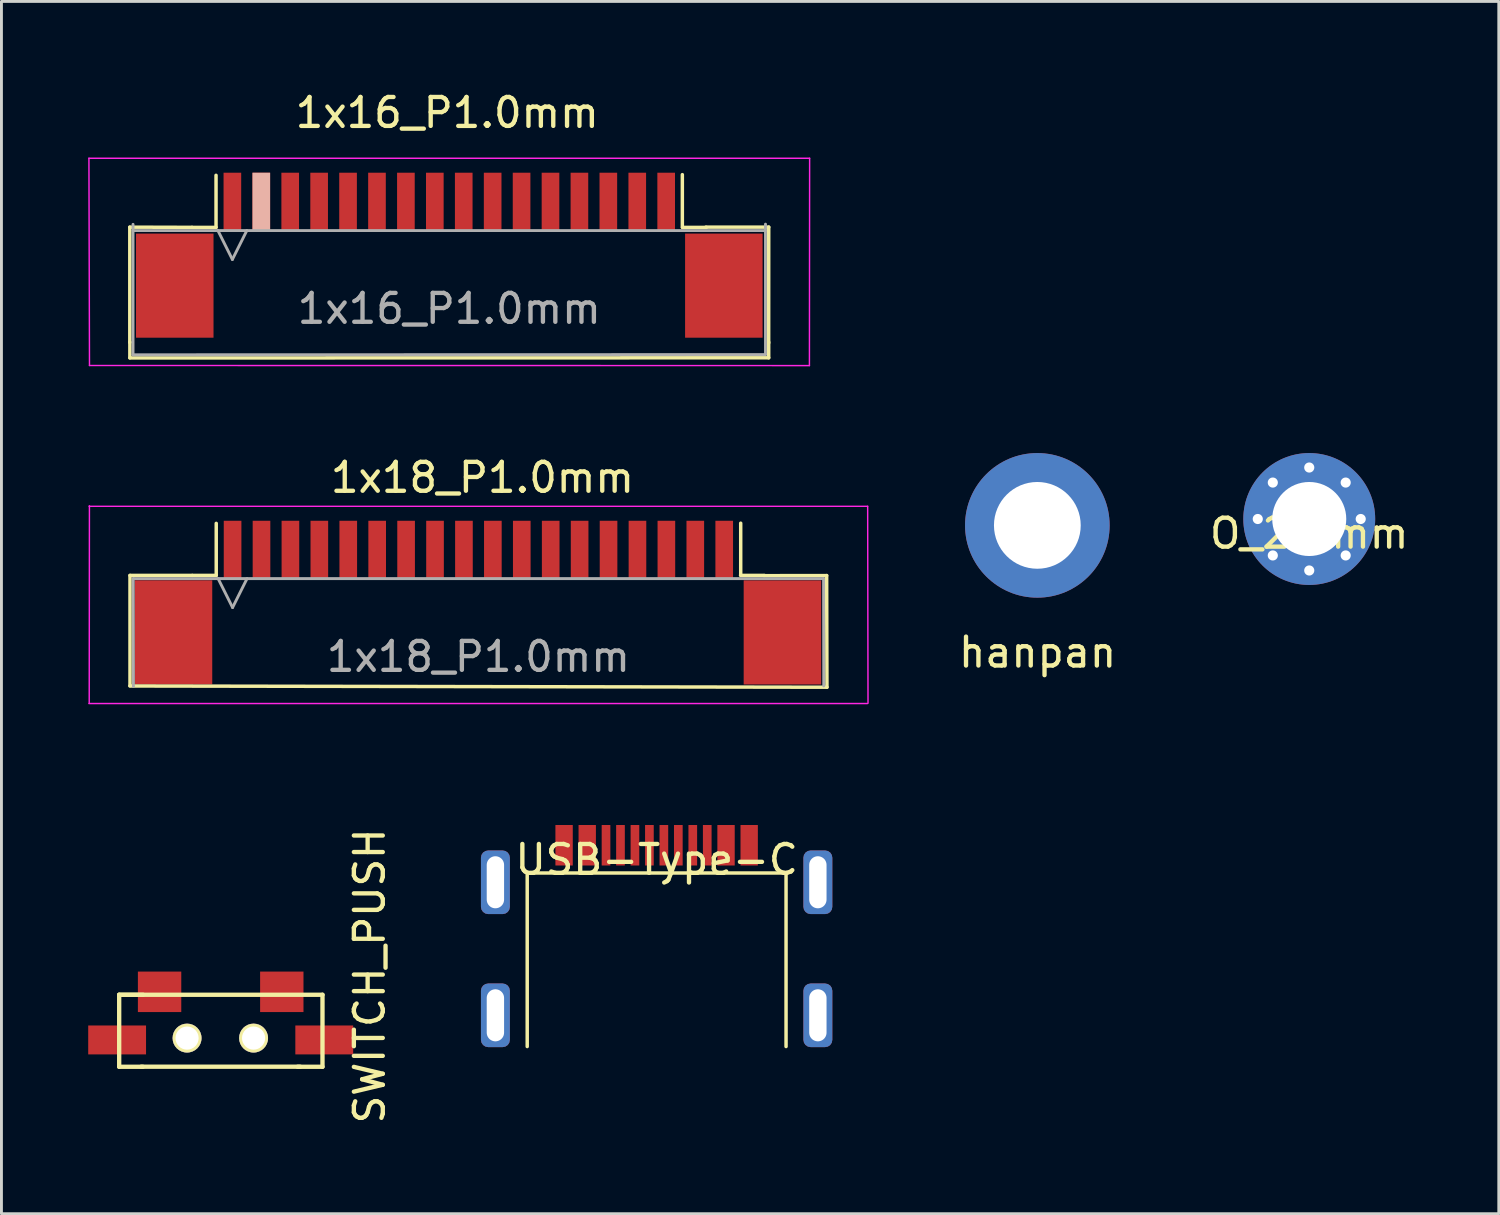
<source format=kicad_pcb>
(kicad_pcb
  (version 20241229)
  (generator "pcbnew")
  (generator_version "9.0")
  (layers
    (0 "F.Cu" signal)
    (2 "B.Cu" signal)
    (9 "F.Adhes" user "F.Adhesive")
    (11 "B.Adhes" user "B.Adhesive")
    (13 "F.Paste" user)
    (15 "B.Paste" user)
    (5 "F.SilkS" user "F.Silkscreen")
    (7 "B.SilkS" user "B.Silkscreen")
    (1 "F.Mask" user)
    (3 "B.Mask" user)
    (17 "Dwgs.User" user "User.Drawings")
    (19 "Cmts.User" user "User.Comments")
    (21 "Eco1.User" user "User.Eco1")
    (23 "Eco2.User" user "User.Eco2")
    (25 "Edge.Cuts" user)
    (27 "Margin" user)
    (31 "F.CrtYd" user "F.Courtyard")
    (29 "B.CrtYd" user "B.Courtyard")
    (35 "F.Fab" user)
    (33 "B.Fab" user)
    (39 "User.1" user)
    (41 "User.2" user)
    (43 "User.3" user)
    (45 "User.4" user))
  (footprint "1x18_P1.0mm"
    (layer "F.Cu")
    (at 13.614 22.227)
    (property "Reference" "1x18_P1.0mm" (at 0.018 -8.763 0) (layer "F.SilkS") (effects (font (size 1 1) (thickness 0.15))))
    (attr through_hole)
    (fp_line (start -12.169 -5.38) (end -12.169 -1.57) (stroke (width 0.12) (type solid)) (layer "F.SilkS"))
    (fp_line (start -10.018 -5.38) (end -12.169 -5.38) (stroke (width 0.12) (type solid)) (layer "F.SilkS"))
    (fp_line (start -10.012 -5.38) (end -9.187 -5.38) (stroke (width 0.12) (type solid)) (layer "F.SilkS"))
    (fp_line (start -9.187 -5.38) (end -9.187 -7.18) (stroke (width 0.12) (type solid)) (layer "F.SilkS"))
    (fp_line (start 8.943 -5.38) (end 9.768 -5.38) (stroke (width 0.12) (type solid)) (layer "F.SilkS"))
    (fp_line (start 8.948 -5.395) (end 8.948 -7.186) (stroke (width 0.12) (type solid)) (layer "F.SilkS"))
    (fp_line (start 9.751 -5.372) (end 11.92 -5.375) (stroke (width 0.12) (type solid)) (layer "F.SilkS"))
    (fp_line (start 11.92 -5.375) (end 11.93 -1.514) (stroke (width 0.12) (type solid)) (layer "F.SilkS"))
    (fp_line (start 11.93 -1.514) (end -12.174 -1.557) (stroke (width 0.12) (type solid)) (layer "F.SilkS"))
    (fp_line (start -13.589 -0.95) (end 13.331 -0.95) (stroke (width 0.05) (type solid)) (layer "F.CrtYd"))
    (fp_line (start -13.572 -7.788) (end -13.579 -0.968) (stroke (width 0.05) (type solid)) (layer "F.CrtYd"))
    (fp_line (start 13.338 -7.77) (end -13.582 -7.77) (stroke (width 0.05) (type solid)) (layer "F.CrtYd"))
    (fp_line (start 13.35 -0.963) (end 13.338 -7.77) (stroke (width 0.05) (type solid)) (layer "F.CrtYd"))
    (fp_line (start -12.057 -5.27) (end 11.813 -5.27) (stroke (width 0.1) (type solid)) (layer "F.Fab"))
    (fp_line (start -12.05 -1.539) (end -12.057 -5.27) (stroke (width 0.1) (type solid)) (layer "F.Fab"))
    (fp_line (start -9.122 -5.27) (end -8.622 -4.27) (stroke (width 0.1) (type solid)) (layer "F.Fab"))
    (fp_line (start -8.622 -4.27) (end -8.122 -5.27) (stroke (width 0.1) (type solid)) (layer "F.Fab"))
    (fp_line (start 11.813 -5.27) (end 11.819 -1.56) (stroke (width 0.1) (type solid)) (layer "F.Fab"))
    (fp_text user "${REFERENCE}" (at -0.122 -2.57 0) (layer "F.Fab") (effects (font (size 1 1) (thickness 0.15))))
    (pad "1" smd rect (at -8.622 -6.27) (size 0.61 2) (layers "F.Cu" "F.Mask" "F.Paste"))
    (pad "2" smd rect (at -7.622 -6.27) (size 0.61 2) (layers "F.Cu" "F.Mask" "F.Paste"))
    (pad "3" smd rect (at -6.622 -6.27) (size 0.61 2) (layers "F.Cu" "F.Mask" "F.Paste"))
    (pad "4" smd rect (at -5.622 -6.27) (size 0.61 2) (layers "F.Cu" "F.Mask" "F.Paste"))
    (pad "5" smd rect (at -4.622 -6.27) (size 0.61 2) (layers "F.Cu" "F.Mask" "F.Paste"))
    (pad "6" smd rect (at -3.622 -6.27) (size 0.61 2) (layers "F.Cu" "F.Mask" "F.Paste"))
    (pad "7" smd rect (at -2.622 -6.27) (size 0.61 2) (layers "F.Cu" "F.Mask" "F.Paste"))
    (pad "8" smd rect (at -1.622 -6.27) (size 0.61 2) (layers "F.Cu" "F.Mask" "F.Paste"))
    (pad "9" smd rect (at -0.622 -6.27) (size 0.61 2) (layers "F.Cu" "F.Mask" "F.Paste"))
    (pad "10" smd rect (at 0.378 -6.27) (size 0.61 2) (layers "F.Cu" "F.Mask" "F.Paste"))
    (pad "11" smd rect (at 1.378 -6.27) (size 0.61 2) (layers "F.Cu" "F.Mask" "F.Paste"))
    (pad "12" smd rect (at 2.378 -6.27) (size 0.61 2) (layers "F.Cu" "F.Mask" "F.Paste"))
    (pad "13" smd rect (at 3.378 -6.27) (size 0.61 2) (layers "F.Cu" "F.Mask" "F.Paste"))
    (pad "14" smd rect (at 4.378 -6.27) (size 0.61 2) (layers "F.Cu" "F.Mask" "F.Paste"))
    (pad "15" smd rect (at 5.378 -6.27) (size 0.61 2) (layers "F.Cu" "F.Mask" "F.Paste"))
    (pad "16" smd rect (at 6.378 -6.27) (size 0.61 2) (layers "F.Cu" "F.Mask" "F.Paste"))
    (pad "17" smd rect (at 7.378 -6.27) (size 0.61 2) (layers "F.Cu" "F.Mask" "F.Paste"))
    (pad "18" smd rect (at 8.378 -6.27) (size 0.61 2) (layers "F.Cu" "F.Mask" "F.Paste"))
    (pad "19" smd rect (at -10.665 -3.411) (size 2.68 3.6) (layers "F.Cu" "F.Mask" "F.Paste"))
    (pad "20" smd rect (at 10.391 -3.409) (size 2.68 3.6) (layers "F.Cu" "F.Mask" "F.Paste")))
  (footprint "USB-Type-C"
    (layer "F.Cu")
    (at 19.655 31.257)
    (property "Reference" "USB-Type-C" (at 0 -4.58 0) (layer "F.SilkS") (effects (font (size 1 1) (thickness 0.15))))
    (attr through_hole)
    (fp_line (start -4.475 -4.12) (end -4.475 1.88) (stroke (width 0.12) (type solid)) (layer "F.SilkS"))
    (fp_line (start -4.475 -4.12) (end 4.475 -4.12) (stroke (width 0.12) (type solid)) (layer "F.SilkS"))
    (fp_line (start 4.475 -4.12) (end 4.475 1.88) (stroke (width 0.12) (type solid)) (layer "F.SilkS"))
    (pad "A1" smd rect (at -3.2 -5.08) (size 0.6 1.4) (layers "F.Cu" "F.Mask" "F.Paste"))
    (pad "A4" smd rect (at -2.4 -5.08) (size 0.6 1.4) (layers "F.Cu" "F.Mask" "F.Paste"))
    (pad "A4" smd rect (at 2.4 -5.08) (size 0.6 1.4) (layers "F.Cu" "F.Mask" "F.Paste"))
    (pad "A5" smd rect (at -1.75 -5.08) (size 0.3 1.4) (layers "F.Cu" "F.Mask" "F.Paste"))
    (pad "A5" smd rect (at -1.25 -5.08) (size 0.3 1.4) (layers "F.Cu" "F.Mask" "F.Paste"))
    (pad "A6" smd rect (at -0.25 -5.08) (size 0.3 1.4) (layers "F.Cu" "F.Mask" "F.Paste"))
    (pad "A6" smd rect (at 0.75 -5.08) (size 0.3 1.4) (layers "F.Cu" "F.Mask" "F.Paste"))
    (pad "A7" smd rect (at -0.75 -5.08) (size 0.3 1.4) (layers "F.Cu" "F.Mask" "F.Paste"))
    (pad "A7" smd rect (at 0.25 -5.08) (size 0.3 1.4) (layers "F.Cu" "F.Mask" "F.Paste"))
    (pad "B5" smd rect (at 1.25 -5.08) (size 0.3 1.4) (layers "F.Cu" "F.Mask" "F.Paste"))
    (pad "B5" smd rect (at 1.75 -5.08) (size 0.3 1.4) (layers "F.Cu" "F.Mask" "F.Paste"))
    (pad "S1" thru_hole roundrect (at -5.575 -3.8) (size 1 2.2) (drill oval 0.6 1.8) (layers "*.Cu" "*.Mask") (roundrect_rratio 0.25))
    (pad "S1" thru_hole roundrect (at -5.575 0.8) (size 1 2.2) (drill oval 0.6 1.8) (layers "*.Cu" "*.Mask") (roundrect_rratio 0.25))
    (pad "S1" smd rect (at 3.2 -5.08) (size 0.6 1.4) (layers "F.Cu" "F.Mask" "F.Paste"))
    (pad "S1" thru_hole roundrect (at 5.575 -3.8) (size 1 2.2) (drill oval 0.6 1.8) (layers "*.Cu" "*.Mask") (roundrect_rratio 0.25))
    (pad "S1" thru_hole roundrect (at 5.575 0.8) (size 1 2.2) (drill oval 0.6 1.8) (layers "*.Cu" "*.Mask") (roundrect_rratio 0.25)))
  (footprint "1x16_P1.0mm"
    (layer "F.Cu")
    (at 12.505 6.586)
    (property "Reference" "1x16_P1.0mm" (at -0.091 -5.738 0) (layer "F.SilkS") (effects (font (size 1 1) (thickness 0.15))))
    (attr through_hole)
    (fp_line (start -11.067 -1.781) (end -11.067 2.205) (stroke (width 0.12) (type solid)) (layer "F.SilkS"))
    (fp_line (start -11.065 2.736) (end -11.065 2.196) (stroke (width 0.12) (type solid)) (layer "F.SilkS"))
    (fp_line (start -8.918 -1.775) (end -11.067 -1.781) (stroke (width 0.12) (type solid)) (layer "F.SilkS"))
    (fp_line (start -8.91 -1.774) (end -8.085 -1.774) (stroke (width 0.12) (type solid)) (layer "F.SilkS"))
    (fp_line (start -8.085 -1.774) (end -8.085 -3.574) (stroke (width 0.12) (type solid)) (layer "F.SilkS"))
    (fp_line (start 8.039 -1.775) (end 8.039 -3.597) (stroke (width 0.12) (type solid)) (layer "F.SilkS"))
    (fp_line (start 8.045 -1.774) (end 8.87 -1.774) (stroke (width 0.12) (type solid)) (layer "F.SilkS"))
    (fp_line (start 8.854 -1.783) (end 11.026 -1.783) (stroke (width 0.12) (type solid)) (layer "F.SilkS"))
    (fp_line (start 11.025 2.196) (end 11.025 2.736) (stroke (width 0.12) (type solid)) (layer "F.SilkS"))
    (fp_line (start 11.025 2.736) (end -11.064 2.741) (stroke (width 0.12) (type solid)) (layer "F.SilkS"))
    (fp_line (start 11.026 -1.783) (end 11.024 2.22) (stroke (width 0.12) (type solid)) (layer "F.SilkS"))
    (fp_line (start -12.48 -4.164) (end -12.461 3.002) (stroke (width 0.05) (type solid)) (layer "F.CrtYd"))
    (fp_line (start -12.461 3.002) (end 12.433 3.005) (stroke (width 0.05) (type solid)) (layer "F.CrtYd"))
    (fp_line (start 12.433 3.005) (end 12.44 -4.164) (stroke (width 0.05) (type solid)) (layer "F.CrtYd"))
    (fp_line (start 12.44 -4.164) (end -12.48 -4.164) (stroke (width 0.05) (type solid)) (layer "F.CrtYd"))
    (fp_line (start -10.955 -1.664) (end 10.915 -1.664) (stroke (width 0.1) (type solid)) (layer "F.Fab"))
    (fp_line (start -10.955 2.631) (end -10.955 -1.879) (stroke (width 0.1) (type solid)) (layer "F.Fab"))
    (fp_line (start -8.02 -1.664) (end -7.52 -0.664) (stroke (width 0.1) (type solid)) (layer "F.Fab"))
    (fp_line (start -7.52 -0.664) (end -7.02 -1.664) (stroke (width 0.1) (type solid)) (layer "F.Fab"))
    (fp_line (start 10.914 -1.886) (end 10.914 2.624) (stroke (width 0.1) (type solid)) (layer "F.Fab"))
    (fp_line (start 10.914 2.624) (end -10.955 2.631) (stroke (width 0.1) (type solid)) (layer "F.Fab"))
    (fp_text user "${REFERENCE}" (at -0.02 1.036 0) (layer "F.Fab") (effects (font (size 1 1) (thickness 0.15))))
    (pad "1" smd rect (at 7.48 -2.664) (size 0.61 2) (layers "F.Cu" "F.Mask" "F.Paste"))
    (pad "2" smd rect (at 6.48 -2.664) (size 0.61 2) (layers "F.Cu" "F.Mask" "F.Paste"))
    (pad "3" smd rect (at 5.48 -2.664) (size 0.61 2) (layers "F.Cu" "F.Mask" "F.Paste"))
    (pad "4" smd rect (at 4.48 -2.664) (size 0.61 2) (layers "F.Cu" "F.Mask" "F.Paste"))
    (pad "5" smd rect (at 3.48 -2.664) (size 0.61 2) (layers "F.Cu" "F.Mask" "F.Paste"))
    (pad "6" smd rect (at 2.48 -2.664) (size 0.61 2) (layers "F.Cu" "F.Mask" "F.Paste"))
    (pad "7" smd rect (at 1.48 -2.664) (size 0.61 2) (layers "F.Cu" "F.Mask" "F.Paste"))
    (pad "8" smd rect (at 0.48 -2.664) (size 0.61 2) (layers "F.Cu" "F.Mask" "F.Paste"))
    (pad "9" smd rect (at -0.52 -2.664) (size 0.61 2) (layers "F.Cu" "F.Mask" "F.Paste"))
    (pad "10" smd rect (at -1.52 -2.664) (size 0.61 2) (layers "F.Cu" "F.Mask" "F.Paste"))
    (pad "11" smd rect (at -2.52 -2.664) (size 0.61 2) (layers "F.Cu" "F.Mask" "F.Paste"))
    (pad "12" smd rect (at -3.52 -2.664) (size 0.61 2) (layers "F.Cu" "F.Mask" "F.Paste"))
    (pad "13" smd rect (at -4.52 -2.664) (size 0.61 2) (layers "F.Cu" "F.Mask" "F.Paste"))
    (pad "14" smd rect (at -5.52 -2.664) (size 0.61 2) (layers "F.Cu" "F.Mask" "F.Paste"))
    (pad "15" smd rect (at -6.52 -2.664) (size 0.61 2) (layers "F.Cu" "F.Mask" "B.SilkS" "F.Paste"))
    (pad "16" smd rect (at -7.52 -2.664) (size 0.61 2) (layers "F.Cu" "F.Mask" "F.Paste"))
    (pad "17" smd rect (at -9.512 0.241) (size 2.68 3.6) (layers "F.Cu" "F.Mask" "F.Paste"))
    (pad "18" smd rect (at 9.474 0.241) (size 2.68 3.6) (layers "F.Cu" "F.Mask" "F.Paste")))
  (footprint "hanpan"
    (layer "F.Cu")
    (at 32.829 19.007)
    (property "Reference" "hanpan" (at 0 0.5 0) (layer "F.SilkS") (effects (font (size 1 1) (thickness 0.15))))
    (attr through_hole)
    (pad "1" thru_hole circle (at -0.01 -3.891) (size 5 5) (drill 3) (layers "*.Cu" "*.Mask")))
  (footprint "SWITCH_PUSH"
    (layer "F.Cu")
    (at 4.581 32.077)
    (property "Reference" "SWITCH_PUSH" (at 5.15 -1.38 90) (layer "F.SilkS") (effects (font (size 1 1) (thickness 0.15))))
    (attr through_hole)
    (fp_line (start -3.51 -0.73) (end -3.51 1.76) (stroke (width 0.15) (type solid)) (layer "F.SilkS"))
    (fp_line (start -3.51 -0.73) (end 3.52 -0.73) (stroke (width 0.15) (type solid)) (layer "F.SilkS"))
    (fp_line (start -2.75 1.758) (end 2.75 1.758) (stroke (width 0.15) (type solid)) (layer "F.SilkS"))
    (fp_line (start -2.69 1.76) (end -3.51 1.76) (stroke (width 0.15) (type solid)) (layer "F.SilkS"))
    (fp_line (start -2.68 -0.73) (end -3.51 -0.73) (stroke (width 0.15) (type solid)) (layer "F.SilkS"))
    (fp_line (start 3.52 -0.73) (end 3.52 1.76) (stroke (width 0.15) (type solid)) (layer "F.SilkS"))
    (fp_line (start 3.52 1.76) (end 2.66 1.76) (stroke (width 0.15) (type solid)) (layer "F.SilkS"))
    (pad "0" thru_hole circle (at -1.163 0.768) (size 1 1) (drill 0.8) (layers "*.Cu" "*.Mask" "F.SilkS" "F.Paste"))
    (pad "0" thru_hole circle (at 1.137 0.768) (size 1 1) (drill 0.8) (layers "*.Cu" "*.Mask" "F.SilkS"))
    (pad "1" smd rect (at -3.581 0.832) (size 2 1) (layers "F.Cu" "F.Mask" "F.Paste"))
    (pad "1" smd rect (at -2.113 -0.832) (size 1.5 1.4) (layers "F.Cu" "F.Mask" "F.Paste"))
    (pad "1" smd rect (at 3.581 0.832) (size 2 1) (layers "F.Cu" "F.Mask" "F.Paste"))
    (pad "2" smd rect (at 2.113 -0.832) (size 1.5 1.4) (layers "F.Cu" "F.Mask" "F.Paste")))
  (footprint "O_2.5mm"
    (layer "F.Cu")
    (at 42.221 14.896)
    (property "Reference" "O_2.5mm" (at 0 0.5 0) (layer "F.SilkS") (effects (font (size 1 1) (thickness 0.15))))
    (attr through_hole)
    (pad "1" thru_hole circle (at -1.78 0) (size 0.6 0.6) (drill 0.35) (layers "*.Cu" "*.Mask"))
    (pad "1" thru_hole circle (at -1.26 -1.26) (size 0.6 0.6) (drill 0.35) (layers "*.Cu" "*.Mask"))
    (pad "1" thru_hole circle (at -1.26 1.26) (size 0.6 0.6) (drill 0.35) (layers "*.Cu" "*.Mask"))
    (pad "1" thru_hole circle (at 0 -1.78) (size 0.6 0.6) (drill 0.35) (layers "*.Cu" "*.Mask"))
    (pad "1" thru_hole circle (at 0 0) (size 4.56 4.56) (drill 2.56) (layers "*.Cu" "*.Mask"))
    (pad "1" thru_hole circle (at 0 1.78) (size 0.6 0.6) (drill 0.35) (layers "*.Cu" "*.Mask"))
    (pad "1" thru_hole circle (at 1.26 -1.26) (size 0.6 0.6) (drill 0.35) (layers "*.Cu" "*.Mask"))
    (pad "1" thru_hole circle (at 1.26 1.26) (size 0.6 0.6) (drill 0.35) (layers "*.Cu" "*.Mask"))
    (pad "1" thru_hole circle (at 1.78 0) (size 0.6 0.6) (drill 0.35) (layers "*.Cu" "*.Mask")))
  (gr_rect
    (start -3 -3)
    (end 48.775 38.918)
    (stroke (width 0.1) (type default))
    (fill no)
    (layer "Edge.Cuts")))
</source>
